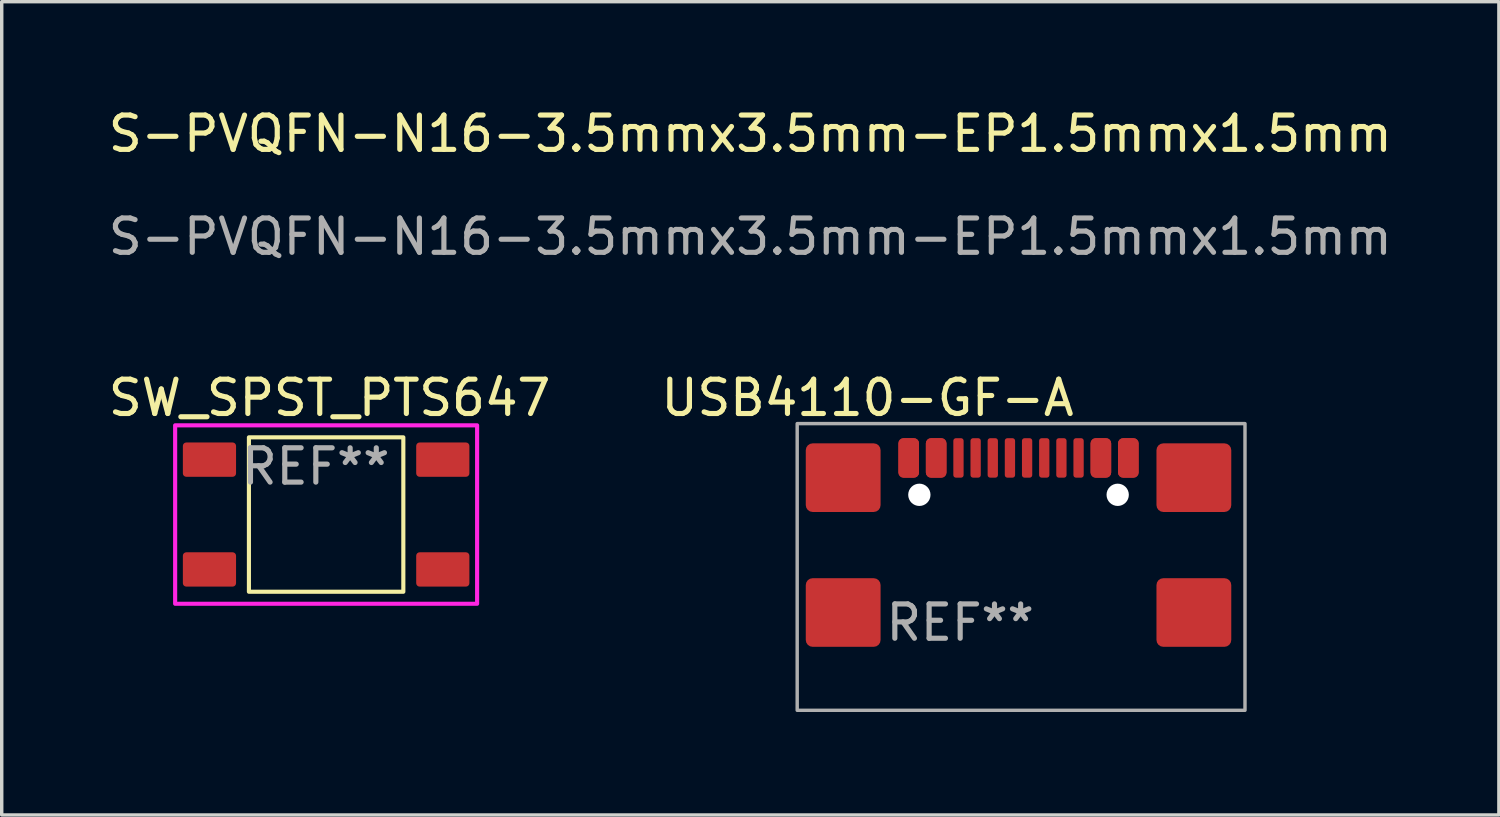
<source format=kicad_pcb>
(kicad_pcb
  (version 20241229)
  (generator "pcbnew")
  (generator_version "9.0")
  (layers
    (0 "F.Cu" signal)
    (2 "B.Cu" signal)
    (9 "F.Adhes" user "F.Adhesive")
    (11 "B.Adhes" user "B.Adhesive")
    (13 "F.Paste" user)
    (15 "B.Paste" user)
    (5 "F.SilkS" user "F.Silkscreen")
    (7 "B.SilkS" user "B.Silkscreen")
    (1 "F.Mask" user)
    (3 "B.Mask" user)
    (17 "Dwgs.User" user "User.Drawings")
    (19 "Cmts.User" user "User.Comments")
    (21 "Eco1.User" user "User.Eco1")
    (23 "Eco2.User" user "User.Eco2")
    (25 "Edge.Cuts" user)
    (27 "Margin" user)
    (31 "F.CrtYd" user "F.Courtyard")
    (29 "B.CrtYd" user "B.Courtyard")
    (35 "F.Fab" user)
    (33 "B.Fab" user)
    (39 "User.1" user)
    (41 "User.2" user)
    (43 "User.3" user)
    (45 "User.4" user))
  (footprint "USB4110-GF-A"
    (layer "F.Cu")
    (at 26.632 10.295)
    (property "Reference" "USB4110-GF-A" (at -4.4 -1.75 0) (unlocked yes) (layer "F.SilkS") (effects (font (size 1 1) (thickness 0.15))))
    (attr smd)
    (fp_rect (start 6.6 -1) (end -6.45 7.355) (stroke (width 0.1) (type solid)) (fill no) (layer "F.Fab"))
    (fp_text user "REF**" (at -1.7 4.8 0) (unlocked yes) (layer "F.Fab") (effects (font (size 1 1) (thickness 0.15))))
    (pad "" np_thru_hole circle (at -2.89 1.075 180) (size 0.65 0.65) (drill 0.65) (layers "*.Cu" "*.Mask"))
    (pad "" np_thru_hole circle (at 2.89 1.075 180) (size 0.65 0.65) (drill 0.65) (layers "*.Cu" "*.Mask"))
    (pad "A1" connect roundrect (at -3.2 0 180) (size 0.6 1.15) (layers "F.Cu" "F.Mask") (roundrect_rratio 0.25))
    (pad "A4" smd roundrect (at -2.4 0 180) (size 0.6 1.15) (layers "F.Cu" "F.Mask" "F.Paste") (roundrect_rratio 0.25))
    (pad "A5" smd roundrect (at -1.25 0 180) (size 0.3 1.15) (layers "F.Cu" "F.Mask" "F.Paste") (roundrect_rratio 0.25))
    (pad "A6" smd roundrect (at -0.25 0 180) (size 0.3 1.15) (layers "F.Cu" "F.Mask" "F.Paste") (roundrect_rratio 0.25))
    (pad "A7" smd roundrect (at 0.25 0) (size 0.3 1.15) (layers "F.Cu" "F.Mask" "F.Paste") (roundrect_rratio 0.25))
    (pad "A8" smd roundrect (at 1.25 0) (size 0.3 1.15) (layers "F.Cu" "F.Mask" "F.Paste") (roundrect_rratio 0.25))
    (pad "A9" smd roundrect (at 2.4 0) (size 0.6 1.15) (layers "F.Cu" "F.Mask" "F.Paste") (roundrect_rratio 0.25))
    (pad "A12" smd roundrect (at 3.2 0) (size 0.6 1.15) (layers "F.Cu" "F.Mask" "F.Paste") (roundrect_rratio 0.25))
    (pad "B1" smd roundrect (at 3.2 0) (size 0.6 1.15) (layers "F.Cu" "F.Mask" "F.Paste") (roundrect_rratio 0.25))
    (pad "B4" smd roundrect (at 2.4 0) (size 0.6 1.15) (layers "F.Cu" "F.Mask" "F.Paste") (roundrect_rratio 0.25))
    (pad "B5" smd roundrect (at 1.75 0) (size 0.3 1.15) (layers "F.Cu" "F.Mask" "F.Paste") (roundrect_rratio 0.25))
    (pad "B6" smd roundrect (at 0.75 0) (size 0.3 1.15) (layers "F.Cu" "F.Mask" "F.Paste") (roundrect_rratio 0.25))
    (pad "B7" smd roundrect (at -0.75 0 180) (size 0.3 1.15) (layers "F.Cu" "F.Mask" "F.Paste") (roundrect_rratio 0.25))
    (pad "B8" smd roundrect (at -1.75 0 180) (size 0.3 1.15) (layers "F.Cu" "F.Mask" "F.Paste") (roundrect_rratio 0.25))
    (pad "B9" smd roundrect (at -2.4 0 180) (size 0.6 1.15) (layers "F.Cu" "F.Mask" "F.Paste") (roundrect_rratio 0.25))
    (pad "B12" smd roundrect (at -3.2 0 180) (size 0.6 1.15) (layers "F.Cu" "F.Mask" "F.Paste") (roundrect_rratio 0.25))
    (pad "S1" smd roundrect (at -5.11 0.575 180) (size 2.18 2) (layers "F.Cu" "F.Mask" "F.Paste") (roundrect_rratio 0.1))
    (pad "S1" smd roundrect (at -5.11 4.505 180) (size 2.18 2) (layers "F.Cu" "F.Mask" "F.Paste") (roundrect_rratio 0.1))
    (pad "S1" smd roundrect (at 5.11 0.575 180) (size 2.18 2) (layers "F.Cu" "F.Mask" "F.Paste") (roundrect_rratio 0.1))
    (pad "S1" smd roundrect (at 5.11 4.505 180) (size 2.18 2) (layers "F.Cu" "F.Mask" "F.Paste") (roundrect_rratio 0.1)))
  (footprint "SW_SPST_PTS647"
    (layer "F.Cu")
    (at 6.454 11.945)
    (property "Reference" "SW_SPST_PTS647" (at 0.1 -3.4 0) (unlocked yes) (layer "F.SilkS") (effects (font (size 1 1) (thickness 0.15))))
    (attr smd)
    (fp_rect (start 2.25 -2.25) (end -2.25 2.25) (stroke (width 0.12) (type solid)) (fill no) (layer "F.SilkS"))
    (fp_rect (start -4.4 -2.6) (end 4.4 2.6) (stroke (width 0.12) (type solid)) (fill no) (layer "F.CrtYd"))
    (fp_text user "REF**" (at -0.3 -1.4 0) (unlocked yes) (layer "F.Fab") (effects (font (size 1 1) (thickness 0.15))))
    (pad "1" smd roundrect (at -3.4 -1.6) (size 1.55 1) (layers "F.Cu" "F.Mask" "F.Paste") (roundrect_rratio 0.1))
    (pad "2" smd roundrect (at 3.4 -1.6) (size 1.55 1) (layers "F.Cu" "F.Mask" "F.Paste") (roundrect_rratio 0.1))
    (pad "3" smd roundrect (at -3.4 1.6) (size 1.55 1) (layers "F.Cu" "F.Mask" "F.Paste") (roundrect_rratio 0.1))
    (pad "4" smd roundrect (at 3.4 1.6) (size 1.55 1) (layers "F.Cu" "F.Mask" "F.Paste") (roundrect_rratio 0.1)))
  (footprint "S-PVQFN-N16-3.5mmx3.5mm-EP1.5mmx1.5mm"
    (layer "F.Cu")
    (at 18.815 1.348)
    (property "Reference" "S-PVQFN-N16-3.5mmx3.5mm-EP1.5mmx1.5mm" (at 0 -0.5 0) (unlocked yes) (layer "F.SilkS") (effects (font (size 1 1) (thickness 0.15))))
    (fp_text user "${REFERENCE}" (at 0 2.5 0) (unlocked yes) (layer "F.Fab") (effects (font (size 1 1) (thickness 0.15)))))
  (gr_rect
    (start -3 -3)
    (end 40.631 20.7)
    (stroke (width 0.1) (type default))
    (fill no)
    (layer "Edge.Cuts")))
</source>
